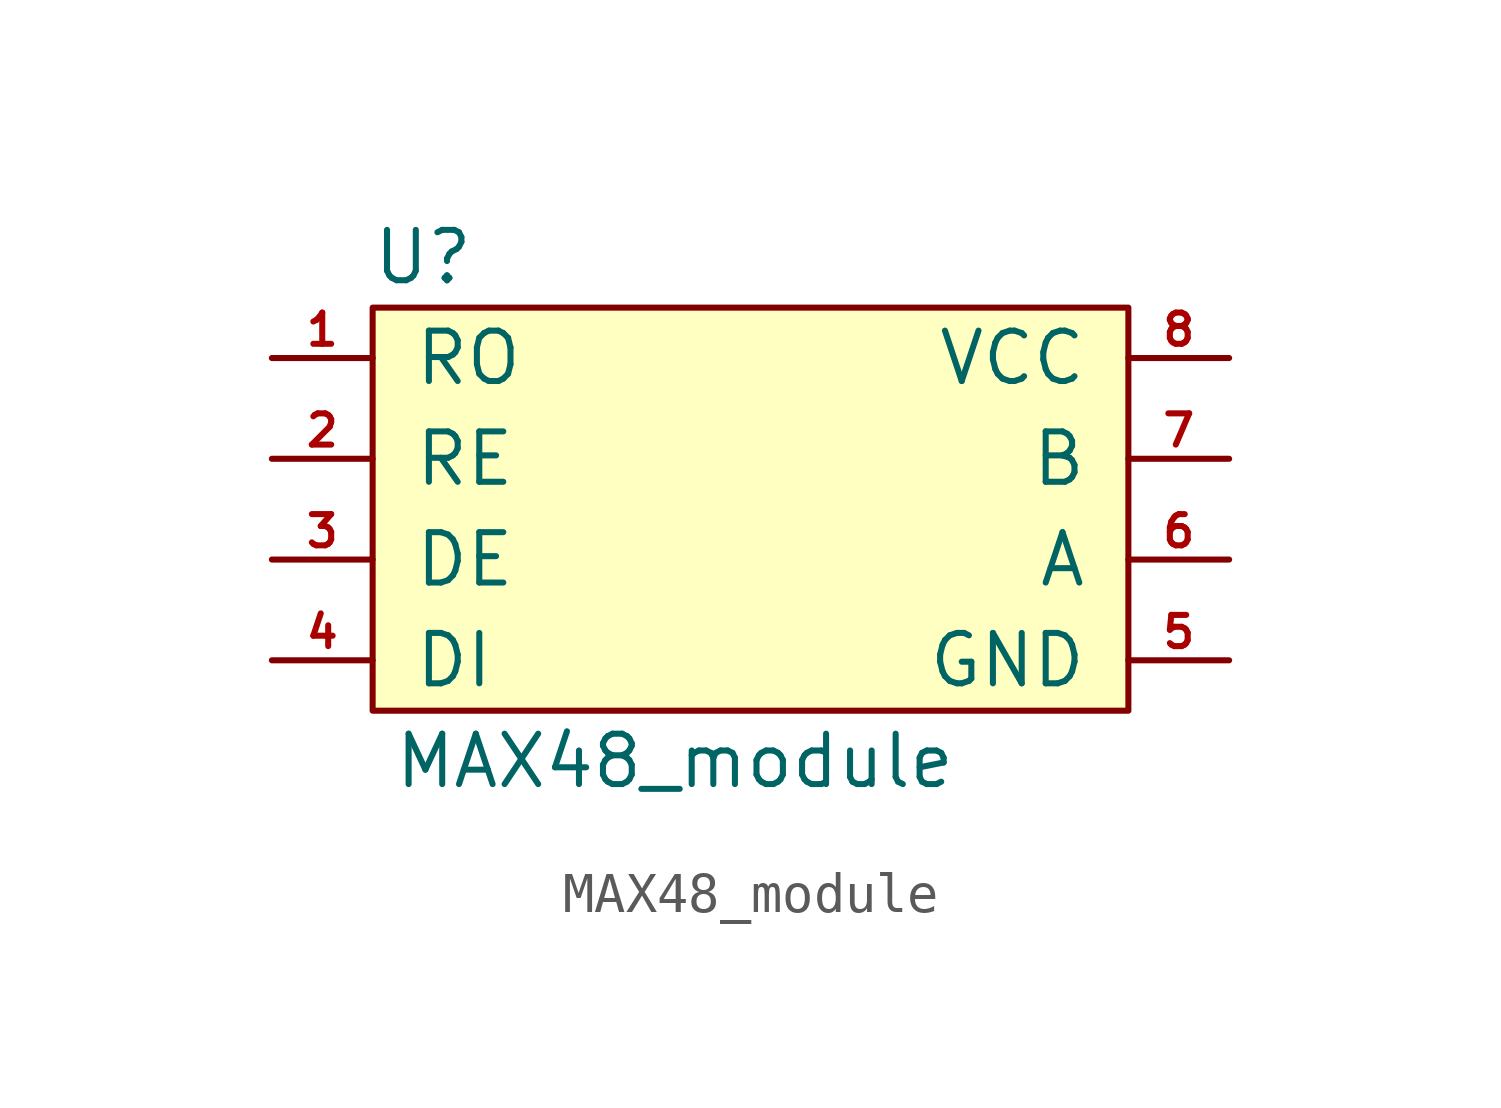
<source format=kicad_sym>
(kicad_symbol_lib
  (version 20211014)
  (generator kicad_symbol_editor)
  (symbol "MAX48_module"
    (pin_names
      (offset 1.016))
    (property "Reference" "U"
      (at 1.27 2.54 0)
      (effects (font (size 1.27 1.27))))
    (property "Value" "MAX48_module"
      (at 7.62 -10.16 0)
      (effects (font (size 1.27 1.27))))
    (symbol "MAX48_module_0_1"
      (rectangle (start 0 1.27) (end 19.05 -8.89) (stroke (width 0) (type default) (color 0 0 0 0)) (fill (type background))))
    (symbol "MAX48_module_1_1"
      (pin input line (at -2.54 0 0) (length 2.54) (name "RO" (effects (font (size 1.27 1.27)))) (number "1" (effects (font (size 0.787 0.787)))))
      (pin input line (at -2.54 -2.54 0) (length 2.54) (name "RE" (effects (font (size 1.27 1.27)))) (number "2" (effects (font (size 0.787 0.787)))))
      (pin input line (at -2.54 -5.08 0) (length 2.54) (name "DE" (effects (font (size 1.27 1.27)))) (number "3" (effects (font (size 0.787 0.787)))))
      (pin input line (at -2.54 -7.62 0) (length 2.54) (name "DI" (effects (font (size 1.27 1.27)))) (number "4" (effects (font (size 0.787 0.787)))))
      (pin input line (at 21.59 -7.62 180) (length 2.54) (name "GND" (effects (font (size 1.27 1.27)))) (number "5" (effects (font (size 0.787 0.787)))))
      (pin input line (at 21.59 -5.08 180) (length 2.54) (name "A" (effects (font (size 1.27 1.27)))) (number "6" (effects (font (size 0.787 0.787)))))
      (pin input line (at 21.59 -2.54 180) (length 2.54) (name "B" (effects (font (size 1.27 1.27)))) (number "7" (effects (font (size 0.787 0.787)))))
      (pin input line (at 21.59 0 180) (length 2.54) (name "VCC" (effects (font (size 1.27 1.27)))) (number "8" (effects (font (size 0.787 0.787))))))))
</source>
